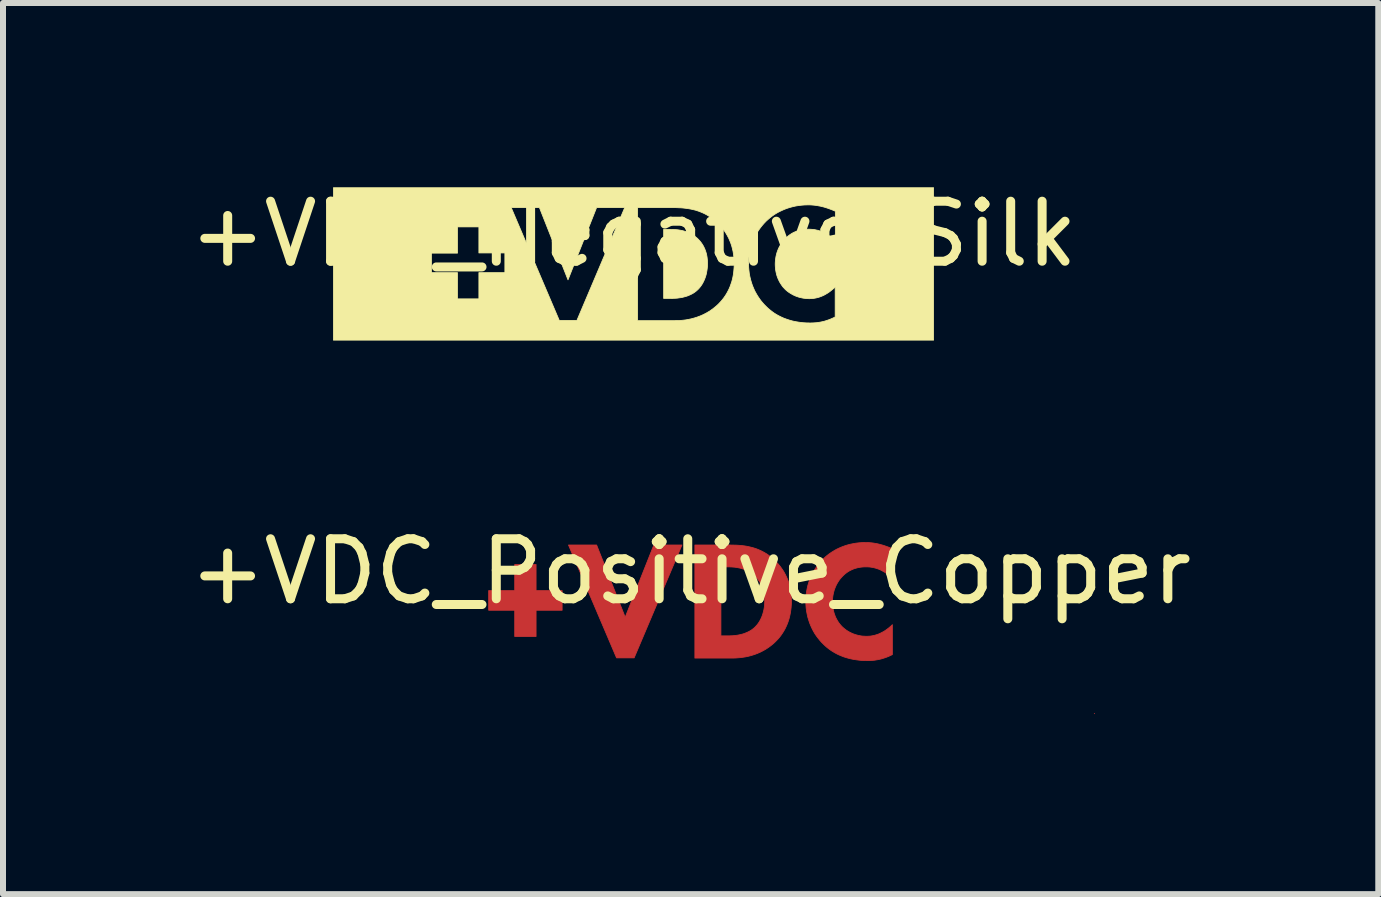
<source format=kicad_pcb>
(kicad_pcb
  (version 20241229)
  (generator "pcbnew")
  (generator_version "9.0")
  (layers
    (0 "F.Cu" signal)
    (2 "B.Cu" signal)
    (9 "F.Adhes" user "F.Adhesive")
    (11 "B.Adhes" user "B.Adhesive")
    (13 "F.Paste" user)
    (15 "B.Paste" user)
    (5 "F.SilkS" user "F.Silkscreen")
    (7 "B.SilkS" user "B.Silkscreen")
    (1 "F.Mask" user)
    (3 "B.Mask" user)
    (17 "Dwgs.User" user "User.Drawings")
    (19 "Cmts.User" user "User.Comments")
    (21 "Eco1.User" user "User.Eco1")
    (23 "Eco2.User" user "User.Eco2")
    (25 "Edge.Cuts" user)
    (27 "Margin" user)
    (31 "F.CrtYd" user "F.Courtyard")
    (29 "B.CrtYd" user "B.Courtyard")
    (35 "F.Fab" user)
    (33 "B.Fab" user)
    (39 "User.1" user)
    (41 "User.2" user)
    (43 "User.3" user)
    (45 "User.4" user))
  (footprint "+VDC_Positive_Copper"
    (layer "F.Cu")
    (at 8.458 6.973)
    (property "Reference" "+VDC_Positive_Copper" (at 0 -0.5 0) (unlocked yes) (layer "F.SilkS") (effects (font (size 1 1) (thickness 0.15))))
    (fp_poly (pts (xy 6.727 1.87) (xy 6.727 1.868) (xy 6.731 1.866)) (stroke (width 0.013) (type solid)) (fill yes) (layer "F.Cu"))
    (fp_poly (pts (xy -1.09 0.262) (xy -0.613 -0.941) (xy -0.144 -0.941) (xy -0.941 0.94) (xy -1.234 0.94) (xy -2.035 -0.941) (xy -1.566 -0.941)) (stroke (width 0.013) (type solid)) (fill yes) (layer "F.Cu"))
    (fp_poly (pts (xy -2.575 -0.182) (xy -2.141 -0.182) (xy -2.141 0.146) (xy -2.575 0.146) (xy -2.575 0.583) (xy -2.931 0.583) (xy -2.931 0.146) (xy -3.365 0.146) (xy -3.365 -0.182) (xy -2.931 -0.182) (xy -2.931 -0.616) (xy -2.575 -0.616)) (stroke (width 0.013) (type solid)) (fill yes) (layer "F.Cu"))
    (fp_poly (pts (xy 0.714 -0.94) (xy 0.761 -0.939) (xy 0.808 -0.936) (xy 0.855 -0.932) (xy 0.902 -0.926) (xy 0.95 -0.918) (xy 0.997 -0.907) (xy 1.044 -0.895) (xy 1.091 -0.88) (xy 1.138 -0.861) (xy 1.184 -0.84) (xy 1.23 -0.816) (xy 1.276 -0.788) (xy 1.321 -0.756) (xy 1.365 -0.72) (xy 1.408 -0.68) (xy 1.438 -0.649) (xy 1.467 -0.616) (xy 1.495 -0.582) (xy 1.52 -0.547) (xy 1.545 -0.51) (xy 1.567 -0.472) (xy 1.587 -0.433) (xy 1.606 -0.392) (xy 1.623 -0.349) (xy 1.637 -0.305) (xy 1.65 -0.259) (xy 1.661 -0.212) (xy 1.669 -0.163) (xy 1.675 -0.112) (xy 1.678 -0.06) (xy 1.68 -0.006) (xy 1.679 0.048) (xy 1.675 0.101) (xy 1.669 0.151) (xy 1.661 0.2) (xy 1.651 0.247) (xy 1.639 0.293) (xy 1.625 0.337) (xy 1.609 0.379) (xy 1.591 0.42) (xy 1.572 0.459) (xy 1.551 0.496) (xy 1.528 0.532) (xy 1.504 0.567) (xy 1.478 0.6) (xy 1.451 0.631) (xy 1.422 0.661) (xy 1.398 0.685) (xy 1.373 0.707) (xy 1.322 0.748) (xy 1.27 0.784) (xy 1.218 0.815) (xy 1.166 0.842) (xy 1.114 0.865) (xy 1.063 0.884) (xy 1.012 0.9) (xy 0.963 0.913) (xy 0.915 0.923) (xy 0.869 0.93) (xy 0.826 0.936) (xy 0.785 0.939) (xy 0.747 0.942) (xy 0.681 0.943) (xy 0.071 0.943) (xy 0.071 0.573) (xy 0.505 0.573) (xy 0.621 0.573) (xy 0.66 0.572) (xy 0.707 0.57) (xy 0.733 0.567) (xy 0.761 0.564) (xy 0.789 0.56) (xy 0.818 0.554) (xy 0.848 0.547) (xy 0.878 0.539) (xy 0.908 0.528) (xy 0.938 0.516) (xy 0.968 0.502) (xy 0.982 0.494) (xy 0.997 0.486) (xy 1.011 0.477) (xy 1.025 0.467) (xy 1.038 0.457) (xy 1.052 0.446) (xy 1.071 0.429) (xy 1.089 0.41) (xy 1.107 0.39) (xy 1.124 0.368) (xy 1.14 0.345) (xy 1.155 0.319) (xy 1.169 0.293) (xy 1.182 0.265) (xy 1.194 0.235) (xy 1.204 0.204) (xy 1.213 0.171) (xy 1.221 0.138) (xy 1.227 0.103) (xy 1.232 0.067) (xy 1.234 0.029) (xy 1.235 -0.009) (xy 1.234 -0.047) (xy 1.232 -0.083) (xy 1.227 -0.118) (xy 1.221 -0.15) (xy 1.214 -0.181) (xy 1.206 -0.21) (xy 1.196 -0.237) (xy 1.185 -0.262) (xy 1.174 -0.286) (xy 1.162 -0.309) (xy 1.149 -0.33) (xy 1.136 -0.35) (xy 1.122 -0.368) (xy 1.108 -0.385) (xy 1.094 -0.401) (xy 1.08 -0.415) (xy 1.067 -0.428) (xy 1.053 -0.44) (xy 1.025 -0.463) (xy 0.997 -0.482) (xy 0.968 -0.5) (xy 0.938 -0.515) (xy 0.908 -0.528) (xy 0.878 -0.54) (xy 0.848 -0.549) (xy 0.818 -0.557) (xy 0.788 -0.563) (xy 0.759 -0.568) (xy 0.73 -0.572) (xy 0.701 -0.574) (xy 0.674 -0.576) (xy 0.621 -0.577) (xy 0.505 -0.577) (xy 0.505 0.569) (xy 0.505 0.573) (xy 0.071 0.573) (xy 0.071 -0.941) (xy 0.667 -0.941)) (stroke (width 0.013) (type solid)) (fill yes) (layer "F.Cu"))
    (fp_poly (pts (xy 2.938 -0.983) (xy 2.962 -0.982) (xy 2.986 -0.98) (xy 3.011 -0.978) (xy 3.037 -0.975) (xy 3.063 -0.971) (xy 3.09 -0.966) (xy 3.118 -0.961) (xy 3.146 -0.954) (xy 3.175 -0.946) (xy 3.205 -0.938) (xy 3.235 -0.928) (xy 3.267 -0.917) (xy 3.299 -0.905) (xy 3.332 -0.892) (xy 3.366 -0.877) (xy 3.366 -0.376) (xy 3.348 -0.395) (xy 3.328 -0.414) (xy 3.307 -0.433) (xy 3.285 -0.451) (xy 3.262 -0.468) (xy 3.238 -0.485) (xy 3.212 -0.5) (xy 3.185 -0.515) (xy 3.157 -0.529) (xy 3.128 -0.541) (xy 3.097 -0.551) (xy 3.081 -0.556) (xy 3.065 -0.56) (xy 3.049 -0.564) (xy 3.032 -0.568) (xy 3.015 -0.57) (xy 2.998 -0.573) (xy 2.98 -0.575) (xy 2.962 -0.576) (xy 2.944 -0.577) (xy 2.925 -0.577) (xy 2.896 -0.577) (xy 2.867 -0.575) (xy 2.839 -0.572) (xy 2.812 -0.568) (xy 2.785 -0.563) (xy 2.76 -0.556) (xy 2.735 -0.549) (xy 2.71 -0.54) (xy 2.687 -0.53) (xy 2.664 -0.519) (xy 2.641 -0.507) (xy 2.62 -0.494) (xy 2.599 -0.479) (xy 2.579 -0.464) (xy 2.559 -0.447) (xy 2.54 -0.429) (xy 2.521 -0.409) (xy 2.503 -0.389) (xy 2.485 -0.367) (xy 2.468 -0.343) (xy 2.453 -0.319) (xy 2.438 -0.294) (xy 2.425 -0.268) (xy 2.413 -0.241) (xy 2.402 -0.213) (xy 2.392 -0.185) (xy 2.384 -0.155) (xy 2.377 -0.125) (xy 2.371 -0.093) (xy 2.367 -0.061) (xy 2.365 -0.029) (xy 2.364 0.005) (xy 2.365 0.04) (xy 2.368 0.075) (xy 2.372 0.108) (xy 2.378 0.14) (xy 2.385 0.17) (xy 2.393 0.199) (xy 2.403 0.227) (xy 2.413 0.254) (xy 2.425 0.279) (xy 2.438 0.303) (xy 2.451 0.326) (xy 2.465 0.348) (xy 2.48 0.368) (xy 2.495 0.387) (xy 2.511 0.405) (xy 2.526 0.421) (xy 2.535 0.429) (xy 2.546 0.439) (xy 2.559 0.45) (xy 2.574 0.462) (xy 2.591 0.475) (xy 2.611 0.488) (xy 2.633 0.502) (xy 2.658 0.515) (xy 2.671 0.521) (xy 2.684 0.528) (xy 2.699 0.534) (xy 2.713 0.54) (xy 2.728 0.545) (xy 2.744 0.551) (xy 2.761 0.556) (xy 2.777 0.56) (xy 2.795 0.565) (xy 2.813 0.568) (xy 2.831 0.572) (xy 2.85 0.575) (xy 2.87 0.577) (xy 2.89 0.578) (xy 2.911 0.579) (xy 2.932 0.58) (xy 2.954 0.579) (xy 2.976 0.578) (xy 3 0.576) (xy 3.024 0.572) (xy 3.049 0.567) (xy 3.074 0.561) (xy 3.1 0.553) (xy 3.127 0.544) (xy 3.155 0.532) (xy 3.183 0.518) (xy 3.212 0.503) (xy 3.241 0.485) (xy 3.271 0.464) (xy 3.301 0.441) (xy 3.332 0.415) (xy 3.362 0.386) (xy 3.362 0.885) (xy 3.335 0.898) (xy 3.305 0.912) (xy 3.276 0.924) (xy 3.247 0.935) (xy 3.219 0.944) (xy 3.191 0.953) (xy 3.164 0.96) (xy 3.138 0.966) (xy 3.112 0.971) (xy 3.087 0.975) (xy 3.063 0.979) (xy 3.039 0.981) (xy 2.993 0.985) (xy 2.95 0.985) (xy 2.886 0.984) (xy 2.825 0.98) (xy 2.767 0.973) (xy 2.71 0.964) (xy 2.657 0.953) (xy 2.605 0.939) (xy 2.556 0.924) (xy 2.51 0.906) (xy 2.465 0.887) (xy 2.423 0.866) (xy 2.383 0.843) (xy 2.344 0.819) (xy 2.308 0.793) (xy 2.274 0.767) (xy 2.242 0.739) (xy 2.212 0.71) (xy 2.181 0.679) (xy 2.151 0.645) (xy 2.123 0.61) (xy 2.095 0.573) (xy 2.069 0.534) (xy 2.045 0.493) (xy 2.023 0.45) (xy 2.003 0.406) (xy 1.984 0.36) (xy 1.968 0.312) (xy 1.953 0.263) (xy 1.942 0.213) (xy 1.932 0.161) (xy 1.925 0.108) (xy 1.921 0.053) (xy 1.92 -0.002) (xy 1.921 -0.058) (xy 1.925 -0.112) (xy 1.932 -0.165) (xy 1.942 -0.216) (xy 1.953 -0.266) (xy 1.968 -0.315) (xy 1.984 -0.362) (xy 2.003 -0.407) (xy 2.023 -0.451) (xy 2.045 -0.493) (xy 2.069 -0.534) (xy 2.095 -0.573) (xy 2.123 -0.61) (xy 2.151 -0.646) (xy 2.181 -0.679) (xy 2.212 -0.711) (xy 2.244 -0.741) (xy 2.278 -0.77) (xy 2.314 -0.797) (xy 2.351 -0.822) (xy 2.39 -0.846) (xy 2.43 -0.869) (xy 2.472 -0.889) (xy 2.516 -0.908) (xy 2.561 -0.925) (xy 2.607 -0.94) (xy 2.655 -0.953) (xy 2.705 -0.963) (xy 2.755 -0.972) (xy 2.807 -0.978) (xy 2.86 -0.982) (xy 2.914 -0.983)) (stroke (width 0.013) (type solid)) (fill yes) (layer "F.Cu")))
  (footprint "+VDC_Negative_Silk"
    (layer "F.Cu")
    (at 7.506 1.348)
    (property "Reference" "+VDC_Negative_Silk" (at 0 -0.5 0) (unlocked yes) (layer "F.SilkS") (effects (font (size 1 1) (thickness 0.15))))
    (fp_poly (pts (xy 0.672 -0.574) (xy 0.7 -0.572) (xy 0.728 -0.57) (xy 0.757 -0.566) (xy 0.787 -0.561) (xy 0.816 -0.555) (xy 0.846 -0.547) (xy 0.877 -0.537) (xy 0.907 -0.526) (xy 0.936 -0.513) (xy 0.966 -0.498) (xy 0.995 -0.48) (xy 1.024 -0.46) (xy 1.051 -0.438) (xy 1.065 -0.426) (xy 1.078 -0.413) (xy 1.092 -0.398) (xy 1.106 -0.383) (xy 1.12 -0.366) (xy 1.134 -0.347) (xy 1.147 -0.328) (xy 1.16 -0.307) (xy 1.172 -0.284) (xy 1.184 -0.26) (xy 1.194 -0.235) (xy 1.204 -0.207) (xy 1.213 -0.178) (xy 1.22 -0.148) (xy 1.226 -0.115) (xy 1.23 -0.081) (xy 1.233 -0.045) (xy 1.234 -0.007) (xy 1.233 0.031) (xy 1.23 0.069) (xy 1.225 0.105) (xy 1.219 0.14) (xy 1.212 0.174) (xy 1.203 0.206) (xy 1.192 0.237) (xy 1.18 0.267) (xy 1.167 0.295) (xy 1.153 0.322) (xy 1.138 0.347) (xy 1.122 0.37) (xy 1.105 0.392) (xy 1.087 0.413) (xy 1.069 0.431) (xy 1.05 0.448) (xy 1.037 0.459) (xy 1.023 0.469) (xy 1.009 0.479) (xy 0.995 0.488) (xy 0.98 0.496) (xy 0.966 0.504) (xy 0.936 0.518) (xy 0.906 0.531) (xy 0.876 0.541) (xy 0.846 0.549) (xy 0.816 0.557) (xy 0.787 0.562) (xy 0.759 0.566) (xy 0.732 0.57) (xy 0.706 0.572) (xy 0.659 0.574) (xy 0.62 0.575) (xy 0.503 0.575) (xy 0.503 -0.575) (xy 0.62 -0.575)) (stroke (width 0.013) (type solid)) (fill yes) (layer "F.SilkS"))
    (fp_poly (pts (xy 5.001 1.27) (xy -5 1.27) (xy -5 0.945) (xy 0.069 0.945) (xy 0.68 0.945) (xy 0.745 0.944) (xy 0.783 0.942) (xy 0.824 0.938) (xy 0.868 0.933) (xy 0.914 0.925) (xy 0.961 0.915) (xy 1.01 0.902) (xy 1.061 0.886) (xy 1.112 0.867) (xy 1.164 0.844) (xy 1.216 0.817) (xy 1.269 0.786) (xy 1.32 0.75) (xy 1.371 0.709) (xy 1.396 0.687) (xy 1.421 0.663) (xy 1.449 0.633) (xy 1.476 0.602) (xy 1.502 0.569) (xy 1.526 0.535) (xy 1.549 0.499) (xy 1.57 0.461) (xy 1.59 0.422) (xy 1.608 0.381) (xy 1.623 0.339) (xy 1.638 0.295) (xy 1.65 0.25) (xy 1.66 0.202) (xy 1.668 0.153) (xy 1.673 0.103) (xy 1.677 0.051) (xy 1.678 -0.004) (xy 1.918 -0.004) (xy 1.919 0.052) (xy 1.924 0.107) (xy 1.93 0.16) (xy 1.94 0.212) (xy 1.952 0.262) (xy 1.966 0.311) (xy 1.982 0.358) (xy 2.001 0.404) (xy 2.021 0.449) (xy 2.044 0.491) (xy 2.068 0.532) (xy 2.094 0.571) (xy 2.121 0.609) (xy 2.15 0.644) (xy 2.18 0.678) (xy 2.211 0.709) (xy 2.241 0.738) (xy 2.273 0.765) (xy 2.307 0.792) (xy 2.343 0.818) (xy 2.381 0.842) (xy 2.421 0.864) (xy 2.463 0.885) (xy 2.508 0.905) (xy 2.555 0.922) (xy 2.604 0.938) (xy 2.655 0.952) (xy 2.709 0.963) (xy 2.765 0.972) (xy 2.824 0.979) (xy 2.885 0.983) (xy 2.948 0.984) (xy 2.992 0.983) (xy 3.037 0.98) (xy 3.061 0.978) (xy 3.086 0.974) (xy 3.111 0.97) (xy 3.136 0.965) (xy 3.163 0.959) (xy 3.19 0.952) (xy 3.217 0.943) (xy 3.245 0.934) (xy 3.274 0.923) (xy 3.303 0.911) (xy 3.334 0.897) (xy 3.357 0.885) (xy 3.361 0.885) (xy 3.364 0.882) (xy 3.361 0.884) (xy 3.361 0.885) (xy 3.357 0.885) (xy 3.361 0.884) (xy 3.361 0.385) (xy 3.33 0.413) (xy 3.299 0.439) (xy 3.269 0.463) (xy 3.24 0.483) (xy 3.21 0.501) (xy 3.182 0.517) (xy 3.153 0.531) (xy 3.126 0.542) (xy 3.099 0.552) (xy 3.073 0.56) (xy 3.047 0.566) (xy 3.022 0.571) (xy 2.998 0.575) (xy 2.975 0.577) (xy 2.952 0.578) (xy 2.93 0.579) (xy 2.909 0.578) (xy 2.889 0.577) (xy 2.868 0.576) (xy 2.849 0.573) (xy 2.83 0.571) (xy 2.811 0.567) (xy 2.793 0.563) (xy 2.776 0.559) (xy 2.759 0.555) (xy 2.743 0.55) (xy 2.727 0.544) (xy 2.712 0.539) (xy 2.697 0.533) (xy 2.683 0.527) (xy 2.669 0.52) (xy 2.656 0.514) (xy 2.632 0.5) (xy 2.61 0.487) (xy 2.59 0.474) (xy 2.572 0.461) (xy 2.557 0.449) (xy 2.544 0.438) (xy 2.533 0.428) (xy 2.525 0.42) (xy 2.509 0.403) (xy 2.493 0.386) (xy 2.478 0.367) (xy 2.464 0.346) (xy 2.45 0.325) (xy 2.436 0.302) (xy 2.424 0.278) (xy 2.412 0.253) (xy 2.401 0.226) (xy 2.391 0.198) (xy 2.383 0.169) (xy 2.376 0.139) (xy 2.37 0.107) (xy 2.366 0.074) (xy 2.363 0.039) (xy 2.362 0.004) (xy 2.363 -0.03) (xy 2.366 -0.063) (xy 2.37 -0.095) (xy 2.375 -0.126) (xy 2.382 -0.156) (xy 2.39 -0.186) (xy 2.4 -0.215) (xy 2.411 -0.243) (xy 2.423 -0.27) (xy 2.437 -0.296) (xy 2.451 -0.321) (xy 2.467 -0.345) (xy 2.483 -0.368) (xy 2.501 -0.39) (xy 2.519 -0.411) (xy 2.539 -0.43) (xy 2.558 -0.448) (xy 2.577 -0.465) (xy 2.597 -0.481) (xy 2.618 -0.495) (xy 2.64 -0.509) (xy 2.662 -0.521) (xy 2.685 -0.532) (xy 2.709 -0.542) (xy 2.733 -0.55) (xy 2.758 -0.558) (xy 2.784 -0.564) (xy 2.81 -0.569) (xy 2.837 -0.573) (xy 2.865 -0.576) (xy 2.894 -0.578) (xy 2.923 -0.579) (xy 2.942 -0.578) (xy 2.96 -0.577) (xy 2.978 -0.576) (xy 2.996 -0.574) (xy 3.014 -0.572) (xy 3.031 -0.569) (xy 3.047 -0.565) (xy 3.064 -0.562) (xy 3.08 -0.557) (xy 3.096 -0.553) (xy 3.126 -0.542) (xy 3.155 -0.53) (xy 3.184 -0.516) (xy 3.21 -0.502) (xy 3.236 -0.486) (xy 3.26 -0.469) (xy 3.284 -0.452) (xy 3.306 -0.434) (xy 3.326 -0.415) (xy 3.346 -0.397) (xy 3.364 -0.377) (xy 3.364 -0.878) (xy 3.33 -0.893) (xy 3.297 -0.906) (xy 3.265 -0.918) (xy 3.234 -0.929) (xy 3.203 -0.939) (xy 3.173 -0.948) (xy 3.144 -0.955) (xy 3.116 -0.962) (xy 3.088 -0.967) (xy 3.062 -0.972) (xy 3.035 -0.976) (xy 3.01 -0.979) (xy 2.985 -0.981) (xy 2.96 -0.983) (xy 2.936 -0.984) (xy 2.913 -0.984) (xy 2.858 -0.983) (xy 2.805 -0.979) (xy 2.753 -0.973) (xy 2.703 -0.965) (xy 2.654 -0.954) (xy 2.606 -0.941) (xy 2.559 -0.926) (xy 2.514 -0.909) (xy 2.471 -0.89) (xy 2.429 -0.87) (xy 2.388 -0.848) (xy 2.349 -0.824) (xy 2.312 -0.798) (xy 2.277 -0.771) (xy 2.243 -0.742) (xy 2.211 -0.713) (xy 2.18 -0.681) (xy 2.15 -0.647) (xy 2.121 -0.611) (xy 2.094 -0.574) (xy 2.068 -0.535) (xy 2.044 -0.494) (xy 2.021 -0.452) (xy 2.001 -0.408) (xy 1.982 -0.363) (xy 1.966 -0.316) (xy 1.952 -0.267) (xy 1.94 -0.218) (xy 1.93 -0.166) (xy 1.924 -0.113) (xy 1.919 -0.059) (xy 1.918 -0.004) (xy 1.678 -0.004) (xy 1.677 -0.058) (xy 1.673 -0.11) (xy 1.667 -0.161) (xy 1.659 -0.21) (xy 1.648 -0.257) (xy 1.636 -0.303) (xy 1.621 -0.347) (xy 1.604 -0.389) (xy 1.586 -0.43) (xy 1.565 -0.47) (xy 1.543 -0.508) (xy 1.519 -0.545) (xy 1.493 -0.58) (xy 1.466 -0.614) (xy 1.437 -0.646) (xy 1.406 -0.677) (xy 1.363 -0.717) (xy 1.319 -0.753) (xy 1.274 -0.785) (xy 1.229 -0.813) (xy 1.183 -0.838) (xy 1.136 -0.859) (xy 1.09 -0.877) (xy 1.043 -0.893) (xy 0.995 -0.905) (xy 0.948 -0.915) (xy 0.901 -0.923) (xy 0.853 -0.929) (xy 0.806 -0.934) (xy 0.759 -0.936) (xy 0.712 -0.938) (xy 0.666 -0.938) (xy 0.069 -0.938) (xy 0.069 0.945) (xy -5 0.945) (xy -5 0.145) (xy -3.367 0.145) (xy -2.933 0.145) (xy -2.933 0.582) (xy -2.576 0.582) (xy -2.576 0.145) (xy -2.143 0.145) (xy -2.143 -0.183) (xy -2.576 -0.183) (xy -2.576 -0.617) (xy -2.933 -0.617) (xy -2.933 -0.18) (xy -3.367 -0.18) (xy -3.367 0.145) (xy -5 0.145) (xy -5 -0.18) (xy -3.367 -0.18) (xy -3.367 -0.183) (xy -3.367 -0.18) (xy -5 -0.18) (xy -5 -0.938) (xy -2.037 -0.938) (xy -1.236 0.942) (xy -0.943 0.942) (xy -0.146 -0.938) (xy -0.615 -0.938) (xy -1.091 0.265) (xy -1.567 -0.938) (xy -2.037 -0.938) (xy -5 -0.938) (xy -5 -1.27) (xy 5.001 -1.27)) (stroke (width 0.013) (type solid)) (fill yes) (layer "F.SilkS")))
  (gr_rect
    (start -3 -3)
    (end 19.917 11.85)
    (stroke (width 0.1) (type default))
    (fill no)
    (layer "Edge.Cuts")))
</source>
